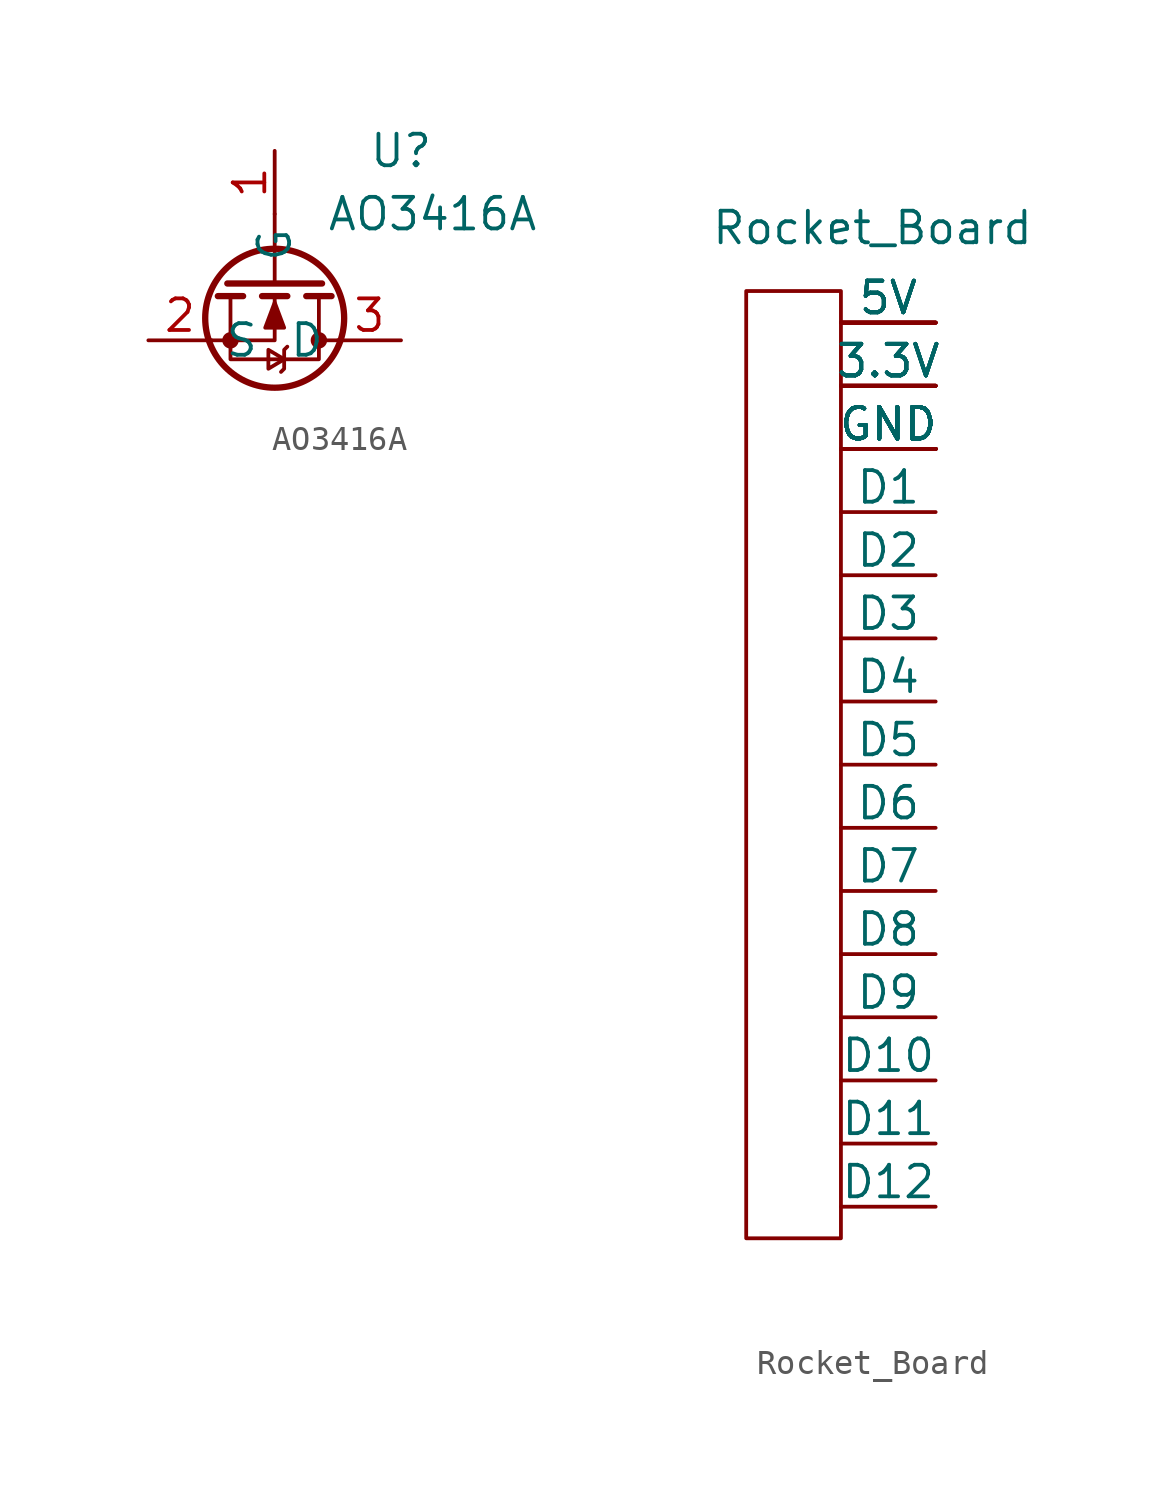
<source format=kicad_sym>
(kicad_symbol_lib
  (version 20211014)
  (generator kicad_symbol_editor)
  (symbol "AO3416A"
    (property "Reference" "U"
      (at 5.08 7.62 0)
      (effects (font (size 1.27 1.27))))
    (property "Value" "AO3416A"
      (at 6.35 5.08 0)
      (effects (font (size 1.27 1.27))))
    (symbol "AO3416A_0_1"
      (circle (center -1.778 0) (radius 0.254) (stroke (width 0) (type default) (color 0 0 0 0)) (fill (type outline)))
      (polyline (pts (xy -1.27 1.778) (xy -2.286 1.778)) (stroke (width 0.254) (type default) (color 0 0 0 0)) (fill (type none)))
      (polyline (pts (xy 0 2.286) (xy 0 5.08)) (stroke (width 0) (type default) (color 0 0 0 0)) (fill (type none)))
      (polyline (pts (xy 0.508 1.778) (xy -0.508 1.778)) (stroke (width 0.254) (type default) (color 0 0 0 0)) (fill (type none)))
      (polyline (pts (xy 1.905 2.286) (xy -1.905 2.286)) (stroke (width 0.254) (type default) (color 0 0 0 0)) (fill (type none)))
      (polyline (pts (xy 2.286 1.778) (xy 1.27 1.778)) (stroke (width 0.254) (type default) (color 0 0 0 0)) (fill (type none)))
      (polyline (pts (xy 2.54 0) (xy 1.778 0)) (stroke (width 0) (type default) (color 0 0 0 0)) (fill (type none)))
      (polyline (pts (xy -2.54 0) (xy 0 0) (xy 0 1.778)) (stroke (width 0) (type default) (color 0 0 0 0)) (fill (type none)))
      (polyline (pts (xy -1.778 1.778) (xy -1.778 -0.762) (xy 1.778 -0.762) (xy 1.778 1.778)) (stroke (width 0) (type default) (color 0 0 0 0)) (fill (type none)))
      (polyline (pts (xy 0 1.524) (xy 0.381 0.508) (xy -0.381 0.508) (xy 0 1.524)) (stroke (width 0) (type default) (color 0 0 0 0)) (fill (type outline)))
      (polyline (pts (xy 0.381 -0.762) (xy -0.254 -0.381) (xy -0.254 -1.143) (xy 0.381 -0.762)) (stroke (width 0) (type default) (color 0 0 0 0)) (fill (type none)))
      (polyline (pts (xy 0.508 -0.254) (xy 0.381 -0.381) (xy 0.381 -1.143) (xy 0.254 -1.27)) (stroke (width 0) (type default) (color 0 0 0 0)) (fill (type none)))
      (circle (center 0 0.889) (radius 2.794) (stroke (width 0.254) (type default) (color 0 0 0 0)) (fill (type none)))
      (circle (center 1.778 0) (radius 0.254) (stroke (width 0) (type default) (color 0 0 0 0)) (fill (type outline))))
    (symbol "AO3416A_1_1"
      (pin input line (at 0 7.62 270) (length 2.54) (name "G" (effects (font (size 1.27 1.27)))) (number "1" (effects (font (size 1.27 1.27)))))
      (pin passive line (at -5.08 0 0) (length 2.54) (name "S" (effects (font (size 1.27 1.27)))) (number "2" (effects (font (size 1.27 1.27)))))
      (pin passive line (at 5.08 0 180) (length 2.54) (name "D" (effects (font (size 1.27 1.27)))) (number "3" (effects (font (size 1.27 1.27)))))))
  (symbol "Rocket_Board"
    (pin_numbers hide)
    (pin_names
      (offset 0))
    (property "Reference" "R"
      (at 10.16 17.78 0)
      (effects (font (size 1.27 1.27)) hide))
    (property "Value" "Rocket_Board"
      (at 1.27 19.05 0)
      (effects (font (size 1.27 1.27))))
    (symbol "Rocket_Board_0_1"
      (rectangle (start -3.81 -21.59) (end 0 16.51) (stroke (width 0) (type default) (color 0 0 0 0)) (fill (type none))))
    (symbol "Rocket_Board_1_1"
      (pin passive line (at 3.81 15.24 180) (length 3.81) (name "5V" (effects (font (size 1.27 1.27)))) (number "1" (effects (font (size 1.27 1.27)))))
      (pin passive line (at 3.81 12.7 180) (length 3.81) (name "3.3V" (effects (font (size 1.27 1.27)))) (number "10" (effects (font (size 1.27 1.27)))))
      (pin passive line (at 3.81 10.16 180) (length 3.81) (name "GND" (effects (font (size 1.27 1.27)))) (number "11" (effects (font (size 1.27 1.27)))))
      (pin passive line (at 3.81 -2.54 180) (length 3.81) (name "D5" (effects (font (size 1.27 1.27)))) (number "12" (effects (font (size 1.27 1.27)))))
      (pin passive line (at 3.81 -7.62 180) (length 3.81) (name "D7" (effects (font (size 1.27 1.27)))) (number "13" (effects (font (size 1.27 1.27)))))
      (pin passive line (at 3.81 10.16 180) (length 3.81) (name "GND" (effects (font (size 1.27 1.27)))) (number "14" (effects (font (size 1.27 1.27)))))
      (pin passive line (at 3.81 -12.7 180) (length 3.81) (name "D9" (effects (font (size 1.27 1.27)))) (number "15" (effects (font (size 1.27 1.27)))))
      (pin passive line (at 3.81 -17.78 180) (length 3.81) (name "D11" (effects (font (size 1.27 1.27)))) (number "16" (effects (font (size 1.27 1.27)))))
      (pin passive line (at 3.81 10.16 180) (length 3.81) (name "GND" (effects (font (size 1.27 1.27)))) (number "17" (effects (font (size 1.27 1.27)))))
      (pin passive line (at 3.81 15.24 180) (length 3.81) (name "5V" (effects (font (size 1.27 1.27)))) (number "18" (effects (font (size 1.27 1.27)))))
      (pin passive line (at 3.81 10.16 180) (length 3.81) (name "GND" (effects (font (size 1.27 1.27)))) (number "19" (effects (font (size 1.27 1.27)))))
      (pin passive line (at 3.81 10.16 180) (length 3.81) (name "GND" (effects (font (size 1.27 1.27)))) (number "2" (effects (font (size 1.27 1.27)))))
      (pin passive line (at 3.81 12.7 180) (length 3.81) (name "3.3V" (effects (font (size 1.27 1.27)))) (number "20" (effects (font (size 1.27 1.27)))))
      (pin passive line (at 3.81 12.7 180) (length 3.81) (name "3.3V" (effects (font (size 1.27 1.27)))) (number "21" (effects (font (size 1.27 1.27)))))
      (pin passive line (at 3.81 10.16 180) (length 3.81) (name "GND" (effects (font (size 1.27 1.27)))) (number "22" (effects (font (size 1.27 1.27)))))
      (pin passive line (at 3.81 15.24 180) (length 3.81) (name "5V" (effects (font (size 1.27 1.27)))) (number "23" (effects (font (size 1.27 1.27)))))
      (pin passive line (at 3.81 10.16 180) (length 3.81) (name "GND" (effects (font (size 1.27 1.27)))) (number "24" (effects (font (size 1.27 1.27)))))
      (pin passive line (at 3.81 -20.32 180) (length 3.81) (name "D12" (effects (font (size 1.27 1.27)))) (number "25" (effects (font (size 1.27 1.27)))))
      (pin passive line (at 3.81 -15.24 180) (length 3.81) (name "D10" (effects (font (size 1.27 1.27)))) (number "26" (effects (font (size 1.27 1.27)))))
      (pin passive line (at 3.81 10.16 180) (length 3.81) (name "GND" (effects (font (size 1.27 1.27)))) (number "27" (effects (font (size 1.27 1.27)))))
      (pin passive line (at 3.81 -10.16 180) (length 3.81) (name "D8" (effects (font (size 1.27 1.27)))) (number "28" (effects (font (size 1.27 1.27)))))
      (pin passive line (at 3.81 -5.08 180) (length 3.81) (name "D6" (effects (font (size 1.27 1.27)))) (number "29" (effects (font (size 1.27 1.27)))))
      (pin passive line (at 3.81 12.7 180) (length 3.81) (name "3.3V" (effects (font (size 1.27 1.27)))) (number "3" (effects (font (size 1.27 1.27)))))
      (pin passive line (at 3.81 10.16 180) (length 3.81) (name "GND" (effects (font (size 1.27 1.27)))) (number "30" (effects (font (size 1.27 1.27)))))
      (pin passive line (at 3.81 12.7 180) (length 3.81) (name "3.3V" (effects (font (size 1.27 1.27)))) (number "31" (effects (font (size 1.27 1.27)))))
      (pin passive line (at 3.81 10.16 180) (length 3.81) (name "GND" (effects (font (size 1.27 1.27)))) (number "32" (effects (font (size 1.27 1.27)))))
      (pin passive line (at 3.81 15.24 180) (length 3.81) (name "5V" (effects (font (size 1.27 1.27)))) (number "33" (effects (font (size 1.27 1.27)))))
      (pin passive line (at 3.81 10.16 180) (length 3.81) (name "GND" (effects (font (size 1.27 1.27)))) (number "34" (effects (font (size 1.27 1.27)))))
      (pin passive line (at 3.81 0 180) (length 3.81) (name "D4" (effects (font (size 1.27 1.27)))) (number "35" (effects (font (size 1.27 1.27)))))
      (pin passive line (at 3.81 5.08 180) (length 3.81) (name "D2" (effects (font (size 1.27 1.27)))) (number "36" (effects (font (size 1.27 1.27)))))
      (pin passive line (at 3.81 10.16 180) (length 3.81) (name "GND" (effects (font (size 1.27 1.27)))) (number "37" (effects (font (size 1.27 1.27)))))
      (pin passive line (at 3.81 12.7 180) (length 3.81) (name "3.3V" (effects (font (size 1.27 1.27)))) (number "38" (effects (font (size 1.27 1.27)))))
      (pin passive line (at 3.81 10.16 180) (length 3.81) (name "GND" (effects (font (size 1.27 1.27)))) (number "39" (effects (font (size 1.27 1.27)))))
      (pin passive line (at 3.81 10.16 180) (length 3.81) (name "GND" (effects (font (size 1.27 1.27)))) (number "4" (effects (font (size 1.27 1.27)))))
      (pin passive line (at 3.81 15.24 180) (length 3.81) (name "5V" (effects (font (size 1.27 1.27)))) (number "40" (effects (font (size 1.27 1.27)))))
      (pin passive line (at 3.81 7.62 180) (length 3.81) (name "D1" (effects (font (size 1.27 1.27)))) (number "5" (effects (font (size 1.27 1.27)))))
      (pin passive line (at 3.81 2.54 180) (length 3.81) (name "D3" (effects (font (size 1.27 1.27)))) (number "6" (effects (font (size 1.27 1.27)))))
      (pin passive line (at 3.81 10.16 180) (length 3.81) (name "GND" (effects (font (size 1.27 1.27)))) (number "7" (effects (font (size 1.27 1.27)))))
      (pin passive line (at 3.81 15.24 180) (length 3.81) (name "5V" (effects (font (size 1.27 1.27)))) (number "8" (effects (font (size 1.27 1.27)))))
      (pin passive line (at 3.81 10.16 180) (length 3.81) (name "GND" (effects (font (size 1.27 1.27)))) (number "9" (effects (font (size 1.27 1.27))))))))
</source>
